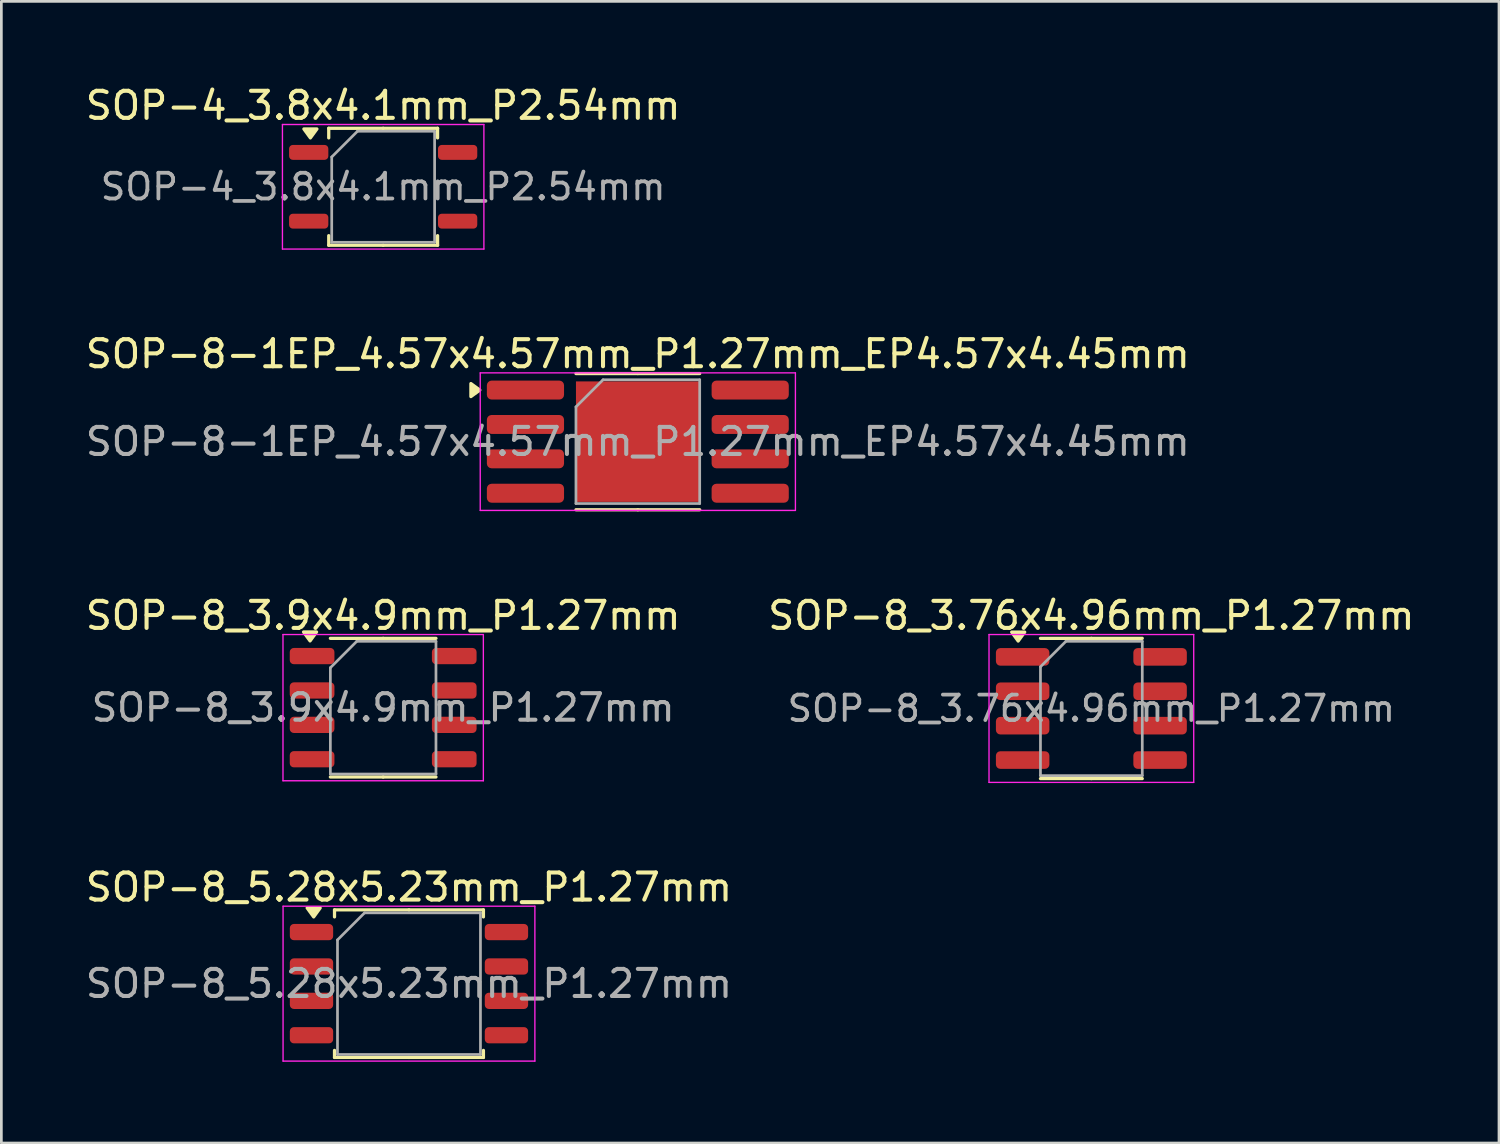
<source format=kicad_pcb>
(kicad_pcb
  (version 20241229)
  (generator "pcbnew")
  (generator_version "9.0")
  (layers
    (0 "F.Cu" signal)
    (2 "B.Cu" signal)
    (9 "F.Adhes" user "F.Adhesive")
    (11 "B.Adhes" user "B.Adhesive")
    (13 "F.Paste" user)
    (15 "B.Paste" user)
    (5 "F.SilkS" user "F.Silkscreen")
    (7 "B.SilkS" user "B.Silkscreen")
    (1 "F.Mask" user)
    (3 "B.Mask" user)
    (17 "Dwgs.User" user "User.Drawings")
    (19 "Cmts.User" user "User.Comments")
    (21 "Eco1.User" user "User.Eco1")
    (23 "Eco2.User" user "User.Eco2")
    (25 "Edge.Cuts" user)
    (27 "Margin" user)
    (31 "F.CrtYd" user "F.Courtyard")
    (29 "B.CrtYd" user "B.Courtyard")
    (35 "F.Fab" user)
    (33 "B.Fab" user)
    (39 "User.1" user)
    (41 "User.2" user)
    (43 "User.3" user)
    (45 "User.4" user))
  (footprint "SOP-8-1EP_4.57x4.57mm_P1.27mm_EP4.57x4.45mm"
    (layer "F.Cu")
    (at 20.506 13.261)
    (property "Reference" "SOP-8-1EP_4.57x4.57mm_P1.27mm_EP4.57x4.45mm" (at 0 -3.24 0) (layer "F.SilkS") (effects (font (size 1 1) (thickness 0.15))))
    (attr smd)
    (fp_line (start 0 -2.515) (end -2.285 -2.515) (stroke (width 0.12) (type solid)) (layer "F.SilkS"))
    (fp_line (start 0 -2.515) (end 2.285 -2.515) (stroke (width 0.12) (type solid)) (layer "F.SilkS"))
    (fp_line (start 0 2.515) (end -2.285 2.515) (stroke (width 0.12) (type solid)) (layer "F.SilkS"))
    (fp_line (start 0 2.515) (end 2.285 2.515) (stroke (width 0.12) (type solid)) (layer "F.SilkS"))
    (fp_poly (pts (xy -5.835 -1.905) (xy -6.165 -2.145) (xy -6.165 -1.665) (xy -5.835 -1.905)) (stroke (width 0.12) (type solid)) (fill yes) (layer "F.SilkS"))
    (fp_line (start -5.82 -2.54) (end -5.82 2.54) (stroke (width 0.05) (type solid)) (layer "F.CrtYd"))
    (fp_line (start -5.82 2.54) (end 5.82 2.54) (stroke (width 0.05) (type solid)) (layer "F.CrtYd"))
    (fp_line (start 5.82 -2.54) (end -5.82 -2.54) (stroke (width 0.05) (type solid)) (layer "F.CrtYd"))
    (fp_line (start 5.82 2.54) (end 5.82 -2.54) (stroke (width 0.05) (type solid)) (layer "F.CrtYd"))
    (fp_line (start -2.285 -1.285) (end -1.285 -2.285) (stroke (width 0.1) (type solid)) (layer "F.Fab"))
    (fp_line (start -2.285 2.285) (end -2.285 -1.285) (stroke (width 0.1) (type solid)) (layer "F.Fab"))
    (fp_line (start -1.285 -2.285) (end 2.285 -2.285) (stroke (width 0.1) (type solid)) (layer "F.Fab"))
    (fp_line (start 2.285 -2.285) (end 2.285 2.285) (stroke (width 0.1) (type solid)) (layer "F.Fab"))
    (fp_line (start 2.285 2.285) (end -2.285 2.285) (stroke (width 0.1) (type solid)) (layer "F.Fab"))
    (fp_text user "${REFERENCE}" (at 0 0 0) (layer "F.Fab") (effects (font (size 1 1) (thickness 0.15))))
    (pad "" smd roundrect (at -1.14 -1.11) (size 1.84 1.79) (layers "F.Paste") (roundrect_rratio 0.14))
    (pad "" smd roundrect (at -1.14 1.11) (size 1.84 1.79) (layers "F.Paste") (roundrect_rratio 0.14))
    (pad "" smd roundrect (at 1.14 -1.11) (size 1.84 1.79) (layers "F.Paste") (roundrect_rratio 0.14))
    (pad "" smd roundrect (at 1.14 1.11) (size 1.84 1.79) (layers "F.Paste") (roundrect_rratio 0.14))
    (pad "1" smd roundrect (at -4.15 -1.905) (size 2.85 0.7) (layers "F.Cu" "F.Mask" "F.Paste") (roundrect_rratio 0.25))
    (pad "2" smd roundrect (at -4.15 -0.635) (size 2.85 0.7) (layers "F.Cu" "F.Mask" "F.Paste") (roundrect_rratio 0.25))
    (pad "3" smd roundrect (at -4.15 0.635) (size 2.85 0.7) (layers "F.Cu" "F.Mask" "F.Paste") (roundrect_rratio 0.25))
    (pad "4" smd roundrect (at -4.15 1.905) (size 2.85 0.7) (layers "F.Cu" "F.Mask" "F.Paste") (roundrect_rratio 0.25))
    (pad "5" smd roundrect (at 4.15 1.905) (size 2.85 0.7) (layers "F.Cu" "F.Mask" "F.Paste") (roundrect_rratio 0.25))
    (pad "6" smd roundrect (at 4.15 0.635) (size 2.85 0.7) (layers "F.Cu" "F.Mask" "F.Paste") (roundrect_rratio 0.25))
    (pad "7" smd roundrect (at 4.15 -0.635) (size 2.85 0.7) (layers "F.Cu" "F.Mask" "F.Paste") (roundrect_rratio 0.25))
    (pad "8" smd roundrect (at 4.15 -1.905) (size 2.85 0.7) (layers "F.Cu" "F.Mask" "F.Paste") (roundrect_rratio 0.25))
    (pad "9" smd rect (at 0 0) (size 4.57 4.45) (property pad_prop_heatsink) (layers "F.Cu" "F.Mask")))
  (footprint "SOP-8_5.28x5.23mm_P1.27mm"
    (layer "F.Cu")
    (at 12.054 33.278)
    (property "Reference" "SOP-8_5.28x5.23mm_P1.27mm" (at 0 -3.56 0) (layer "F.SilkS") (effects (font (size 1 1) (thickness 0.15))))
    (attr smd)
    (fp_line (start -2.75 -2.725) (end -2.75 -2.465) (stroke (width 0.12) (type solid)) (layer "F.SilkS"))
    (fp_line (start -2.75 2.725) (end -2.75 2.465) (stroke (width 0.12) (type solid)) (layer "F.SilkS"))
    (fp_line (start 0 -2.725) (end -2.75 -2.725) (stroke (width 0.12) (type solid)) (layer "F.SilkS"))
    (fp_line (start 0 -2.725) (end 2.75 -2.725) (stroke (width 0.12) (type solid)) (layer "F.SilkS"))
    (fp_line (start 0 2.725) (end -2.75 2.725) (stroke (width 0.12) (type solid)) (layer "F.SilkS"))
    (fp_line (start 0 2.725) (end 2.75 2.725) (stroke (width 0.12) (type solid)) (layer "F.SilkS"))
    (fp_line (start 2.75 -2.725) (end 2.75 -2.465) (stroke (width 0.12) (type solid)) (layer "F.SilkS"))
    (fp_line (start 2.75 2.725) (end 2.75 2.465) (stroke (width 0.12) (type solid)) (layer "F.SilkS"))
    (fp_poly (pts (xy -3.52 -2.465) (xy -3.76 -2.795) (xy -3.28 -2.795) (xy -3.52 -2.465)) (stroke (width 0.12) (type solid)) (fill yes) (layer "F.SilkS"))
    (fp_line (start -4.65 -2.86) (end -4.65 2.86) (stroke (width 0.05) (type solid)) (layer "F.CrtYd"))
    (fp_line (start -4.65 2.86) (end 4.65 2.86) (stroke (width 0.05) (type solid)) (layer "F.CrtYd"))
    (fp_line (start 4.65 -2.86) (end -4.65 -2.86) (stroke (width 0.05) (type solid)) (layer "F.CrtYd"))
    (fp_line (start 4.65 2.86) (end 4.65 -2.86) (stroke (width 0.05) (type solid)) (layer "F.CrtYd"))
    (fp_line (start -2.64 -1.615) (end -1.64 -2.615) (stroke (width 0.1) (type solid)) (layer "F.Fab"))
    (fp_line (start -2.64 2.615) (end -2.64 -1.615) (stroke (width 0.1) (type solid)) (layer "F.Fab"))
    (fp_line (start -1.64 -2.615) (end 2.64 -2.615) (stroke (width 0.1) (type solid)) (layer "F.Fab"))
    (fp_line (start 2.64 -2.615) (end 2.64 2.615) (stroke (width 0.1) (type solid)) (layer "F.Fab"))
    (fp_line (start 2.64 2.615) (end -2.64 2.615) (stroke (width 0.1) (type solid)) (layer "F.Fab"))
    (fp_text user "${REFERENCE}" (at 0 0 0) (layer "F.Fab") (effects (font (size 1 1) (thickness 0.15))))
    (pad "1" smd roundrect (at -3.6 -1.905) (size 1.6 0.6) (layers "F.Cu" "F.Mask" "F.Paste") (roundrect_rratio 0.25))
    (pad "2" smd roundrect (at -3.6 -0.635) (size 1.6 0.6) (layers "F.Cu" "F.Mask" "F.Paste") (roundrect_rratio 0.25))
    (pad "3" smd roundrect (at -3.6 0.635) (size 1.6 0.6) (layers "F.Cu" "F.Mask" "F.Paste") (roundrect_rratio 0.25))
    (pad "4" smd roundrect (at -3.6 1.905) (size 1.6 0.6) (layers "F.Cu" "F.Mask" "F.Paste") (roundrect_rratio 0.25))
    (pad "5" smd roundrect (at 3.6 1.905) (size 1.6 0.6) (layers "F.Cu" "F.Mask" "F.Paste") (roundrect_rratio 0.25))
    (pad "6" smd roundrect (at 3.6 0.635) (size 1.6 0.6) (layers "F.Cu" "F.Mask" "F.Paste") (roundrect_rratio 0.25))
    (pad "7" smd roundrect (at 3.6 -0.635) (size 1.6 0.6) (layers "F.Cu" "F.Mask" "F.Paste") (roundrect_rratio 0.25))
    (pad "8" smd roundrect (at 3.6 -1.905) (size 1.6 0.6) (layers "F.Cu" "F.Mask" "F.Paste") (roundrect_rratio 0.25)))
  (footprint "SOP-8_3.76x4.96mm_P1.27mm"
    (layer "F.Cu")
    (at 37.256 23.115)
    (property "Reference" "SOP-8_3.76x4.96mm_P1.27mm" (at 0 -3.43 0) (layer "F.SilkS") (effects (font (size 1 1) (thickness 0.15))))
    (attr smd)
    (fp_line (start 0 -2.59) (end -1.88 -2.59) (stroke (width 0.12) (type solid)) (layer "F.SilkS"))
    (fp_line (start 0 -2.59) (end 1.88 -2.59) (stroke (width 0.12) (type solid)) (layer "F.SilkS"))
    (fp_line (start 0 2.59) (end -1.88 2.59) (stroke (width 0.12) (type solid)) (layer "F.SilkS"))
    (fp_line (start 0 2.59) (end 1.88 2.59) (stroke (width 0.12) (type solid)) (layer "F.SilkS"))
    (fp_poly (pts (xy -2.703 -2.49) (xy -2.942 -2.82) (xy -2.462 -2.82) (xy -2.703 -2.49)) (stroke (width 0.12) (type solid)) (fill yes) (layer "F.SilkS"))
    (fp_line (start -3.78 -2.73) (end -3.78 2.73) (stroke (width 0.05) (type solid)) (layer "F.CrtYd"))
    (fp_line (start -3.78 2.73) (end 3.78 2.73) (stroke (width 0.05) (type solid)) (layer "F.CrtYd"))
    (fp_line (start 3.78 -2.73) (end -3.78 -2.73) (stroke (width 0.05) (type solid)) (layer "F.CrtYd"))
    (fp_line (start 3.78 2.73) (end 3.78 -2.73) (stroke (width 0.05) (type solid)) (layer "F.CrtYd"))
    (fp_line (start -1.88 -1.54) (end -0.94 -2.48) (stroke (width 0.1) (type solid)) (layer "F.Fab"))
    (fp_line (start -1.88 2.48) (end -1.88 -1.54) (stroke (width 0.1) (type solid)) (layer "F.Fab"))
    (fp_line (start -0.94 -2.48) (end 1.88 -2.48) (stroke (width 0.1) (type solid)) (layer "F.Fab"))
    (fp_line (start 1.88 -2.48) (end 1.88 2.48) (stroke (width 0.1) (type solid)) (layer "F.Fab"))
    (fp_line (start 1.88 2.48) (end -1.88 2.48) (stroke (width 0.1) (type solid)) (layer "F.Fab"))
    (fp_text user "${REFERENCE}" (at 0 0 0) (layer "F.Fab") (effects (font (size 0.94 0.94) (thickness 0.14))))
    (pad "1" smd roundrect (at -2.538 -1.905) (size 1.975 0.65) (layers "F.Cu" "F.Mask" "F.Paste") (roundrect_rratio 0.25))
    (pad "2" smd roundrect (at -2.538 -0.635) (size 1.975 0.65) (layers "F.Cu" "F.Mask" "F.Paste") (roundrect_rratio 0.25))
    (pad "3" smd roundrect (at -2.538 0.635) (size 1.975 0.65) (layers "F.Cu" "F.Mask" "F.Paste") (roundrect_rratio 0.25))
    (pad "4" smd roundrect (at -2.538 1.905) (size 1.975 0.65) (layers "F.Cu" "F.Mask" "F.Paste") (roundrect_rratio 0.25))
    (pad "5" smd roundrect (at 2.538 1.905) (size 1.975 0.65) (layers "F.Cu" "F.Mask" "F.Paste") (roundrect_rratio 0.25))
    (pad "6" smd roundrect (at 2.538 0.635) (size 1.975 0.65) (layers "F.Cu" "F.Mask" "F.Paste") (roundrect_rratio 0.25))
    (pad "7" smd roundrect (at 2.538 -0.635) (size 1.975 0.65) (layers "F.Cu" "F.Mask" "F.Paste") (roundrect_rratio 0.25))
    (pad "8" smd roundrect (at 2.538 -1.905) (size 1.975 0.65) (layers "F.Cu" "F.Mask" "F.Paste") (roundrect_rratio 0.25)))
  (footprint "SOP-8_3.9x4.9mm_P1.27mm"
    (layer "F.Cu")
    (at 11.101 23.085)
    (property "Reference" "SOP-8_3.9x4.9mm_P1.27mm" (at 0 -3.4 0) (layer "F.SilkS") (effects (font (size 1 1) (thickness 0.15))))
    (attr smd)
    (fp_line (start 0 -2.56) (end -1.95 -2.56) (stroke (width 0.12) (type solid)) (layer "F.SilkS"))
    (fp_line (start 0 -2.56) (end 1.95 -2.56) (stroke (width 0.12) (type solid)) (layer "F.SilkS"))
    (fp_line (start 0 2.56) (end -1.95 2.56) (stroke (width 0.12) (type solid)) (layer "F.SilkS"))
    (fp_line (start 0 2.56) (end 1.95 2.56) (stroke (width 0.12) (type solid)) (layer "F.SilkS"))
    (fp_poly (pts (xy -2.7 -2.465) (xy -2.94 -2.795) (xy -2.46 -2.795) (xy -2.7 -2.465)) (stroke (width 0.12) (type solid)) (fill yes) (layer "F.SilkS"))
    (fp_line (start -3.7 -2.7) (end -3.7 2.7) (stroke (width 0.05) (type solid)) (layer "F.CrtYd"))
    (fp_line (start -3.7 2.7) (end 3.7 2.7) (stroke (width 0.05) (type solid)) (layer "F.CrtYd"))
    (fp_line (start 3.7 -2.7) (end -3.7 -2.7) (stroke (width 0.05) (type solid)) (layer "F.CrtYd"))
    (fp_line (start 3.7 2.7) (end 3.7 -2.7) (stroke (width 0.05) (type solid)) (layer "F.CrtYd"))
    (fp_line (start -1.95 -1.475) (end -0.975 -2.45) (stroke (width 0.1) (type solid)) (layer "F.Fab"))
    (fp_line (start -1.95 2.45) (end -1.95 -1.475) (stroke (width 0.1) (type solid)) (layer "F.Fab"))
    (fp_line (start -0.975 -2.45) (end 1.95 -2.45) (stroke (width 0.1) (type solid)) (layer "F.Fab"))
    (fp_line (start 1.95 -2.45) (end 1.95 2.45) (stroke (width 0.1) (type solid)) (layer "F.Fab"))
    (fp_line (start 1.95 2.45) (end -1.95 2.45) (stroke (width 0.1) (type solid)) (layer "F.Fab"))
    (fp_text user "${REFERENCE}" (at 0 0 0) (layer "F.Fab") (effects (font (size 0.98 0.98) (thickness 0.15))))
    (pad "1" smd roundrect (at -2.625 -1.905) (size 1.65 0.6) (layers "F.Cu" "F.Mask" "F.Paste") (roundrect_rratio 0.25))
    (pad "2" smd roundrect (at -2.625 -0.635) (size 1.65 0.6) (layers "F.Cu" "F.Mask" "F.Paste") (roundrect_rratio 0.25))
    (pad "3" smd roundrect (at -2.625 0.635) (size 1.65 0.6) (layers "F.Cu" "F.Mask" "F.Paste") (roundrect_rratio 0.25))
    (pad "4" smd roundrect (at -2.625 1.905) (size 1.65 0.6) (layers "F.Cu" "F.Mask" "F.Paste") (roundrect_rratio 0.25))
    (pad "5" smd roundrect (at 2.625 1.905) (size 1.65 0.6) (layers "F.Cu" "F.Mask" "F.Paste") (roundrect_rratio 0.25))
    (pad "6" smd roundrect (at 2.625 0.635) (size 1.65 0.6) (layers "F.Cu" "F.Mask" "F.Paste") (roundrect_rratio 0.25))
    (pad "7" smd roundrect (at 2.625 -0.635) (size 1.65 0.6) (layers "F.Cu" "F.Mask" "F.Paste") (roundrect_rratio 0.25))
    (pad "8" smd roundrect (at 2.625 -1.905) (size 1.65 0.6) (layers "F.Cu" "F.Mask" "F.Paste") (roundrect_rratio 0.25)))
  (footprint "SOP-4_3.8x4.1mm_P2.54mm"
    (layer "F.Cu")
    (at 11.101 3.848)
    (property "Reference" "SOP-4_3.8x4.1mm_P2.54mm" (at 0 -3 0) (layer "F.SilkS") (effects (font (size 1 1) (thickness 0.15))))
    (attr smd)
    (fp_line (start -2.01 -2.16) (end -2.01 -1.805) (stroke (width 0.12) (type solid)) (layer "F.SilkS"))
    (fp_line (start -2.01 2.16) (end -2.01 1.805) (stroke (width 0.12) (type solid)) (layer "F.SilkS"))
    (fp_line (start 0 -2.16) (end -2.01 -2.16) (stroke (width 0.12) (type solid)) (layer "F.SilkS"))
    (fp_line (start 0 -2.16) (end 2.01 -2.16) (stroke (width 0.12) (type solid)) (layer "F.SilkS"))
    (fp_line (start 0 2.16) (end -2.01 2.16) (stroke (width 0.12) (type solid)) (layer "F.SilkS"))
    (fp_line (start 0 2.16) (end 2.01 2.16) (stroke (width 0.12) (type solid)) (layer "F.SilkS"))
    (fp_line (start 2.01 -2.16) (end 2.01 -1.805) (stroke (width 0.12) (type solid)) (layer "F.SilkS"))
    (fp_line (start 2.01 2.16) (end 2.01 1.805) (stroke (width 0.12) (type solid)) (layer "F.SilkS"))
    (fp_poly (pts (xy -2.688 -1.805) (xy -2.928 -2.135) (xy -2.447 -2.135) (xy -2.688 -1.805)) (stroke (width 0.12) (type solid)) (fill yes) (layer "F.SilkS"))
    (fp_line (start -3.72 -2.3) (end -3.72 2.3) (stroke (width 0.05) (type solid)) (layer "F.CrtYd"))
    (fp_line (start -3.72 2.3) (end 3.72 2.3) (stroke (width 0.05) (type solid)) (layer "F.CrtYd"))
    (fp_line (start 3.72 -2.3) (end -3.72 -2.3) (stroke (width 0.05) (type solid)) (layer "F.CrtYd"))
    (fp_line (start 3.72 2.3) (end 3.72 -2.3) (stroke (width 0.05) (type solid)) (layer "F.CrtYd"))
    (fp_line (start -1.9 -1.1) (end -0.95 -2.05) (stroke (width 0.1) (type solid)) (layer "F.Fab"))
    (fp_line (start -1.9 2.05) (end -1.9 -1.1) (stroke (width 0.1) (type solid)) (layer "F.Fab"))
    (fp_line (start -0.95 -2.05) (end 1.9 -2.05) (stroke (width 0.1) (type solid)) (layer "F.Fab"))
    (fp_line (start 1.9 -2.05) (end 1.9 2.05) (stroke (width 0.1) (type solid)) (layer "F.Fab"))
    (fp_line (start 1.9 2.05) (end -1.9 2.05) (stroke (width 0.1) (type solid)) (layer "F.Fab"))
    (fp_text user "${REFERENCE}" (at 0 0 0) (layer "F.Fab") (effects (font (size 0.95 0.95) (thickness 0.14))))
    (pad "1" smd roundrect (at -2.75 -1.27) (size 1.45 0.55) (layers "F.Cu" "F.Mask" "F.Paste") (roundrect_rratio 0.25))
    (pad "2" smd roundrect (at -2.75 1.27) (size 1.45 0.55) (layers "F.Cu" "F.Mask" "F.Paste") (roundrect_rratio 0.25))
    (pad "3" smd roundrect (at 2.75 1.27) (size 1.45 0.55) (layers "F.Cu" "F.Mask" "F.Paste") (roundrect_rratio 0.25))
    (pad "4" smd roundrect (at 2.75 -1.27) (size 1.45 0.55) (layers "F.Cu" "F.Mask" "F.Paste") (roundrect_rratio 0.25)))
  (gr_rect
    (start -3 -3)
    (end 52.31 39.163)
    (stroke (width 0.1) (type default))
    (fill no)
    (layer "Edge.Cuts")))
</source>
